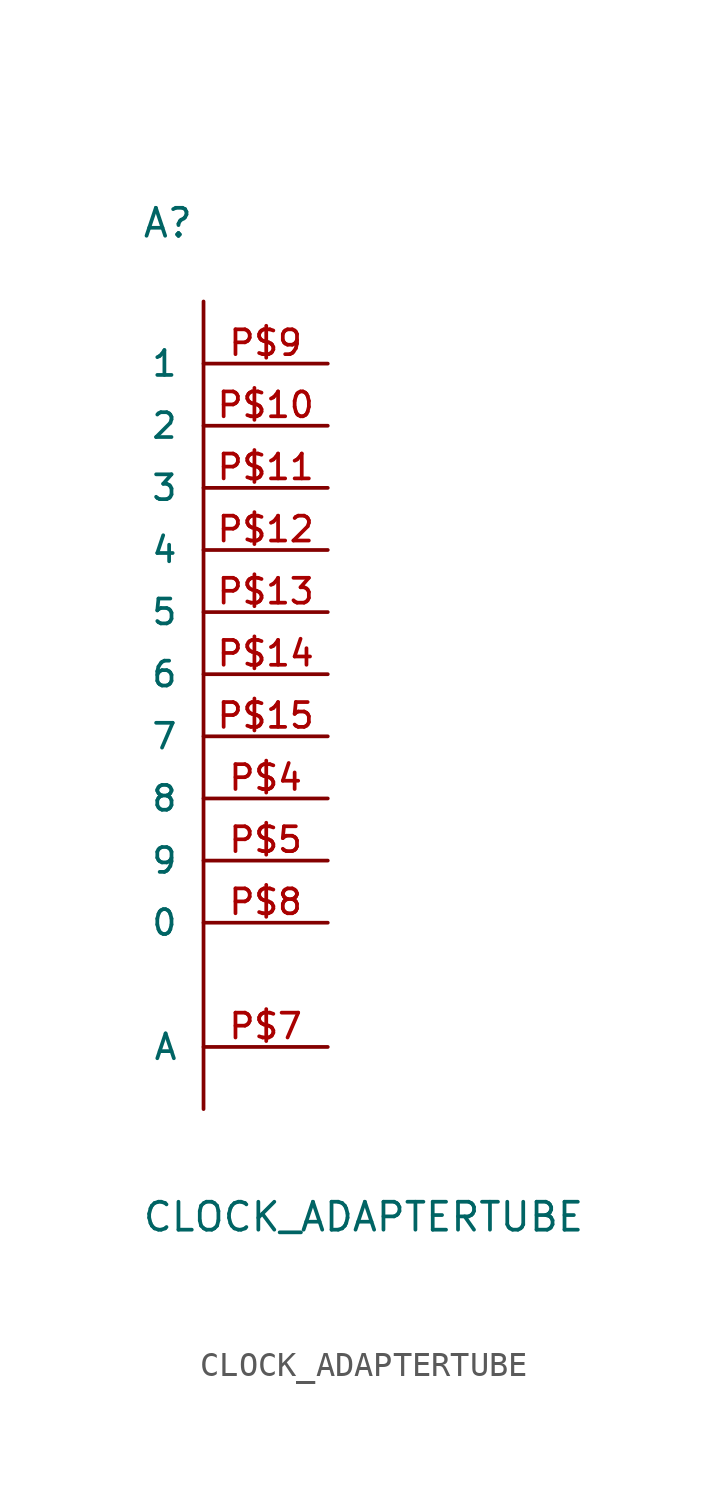
<source format=kicad_sym>
(kicad_symbol_lib
  (version 20220914)
  (generator kicad_symbol_editor)
  (symbol "CLOCK_ADAPTERTUBE"
    (pin_names
      (offset 1.016))
    (property "Reference" "A"
      (at -2.54 17.78 0)
      (effects (font (size 1.143 1.143)) (justify left bottom)))
    (property "Value" "CLOCK_ADAPTERTUBE"
      (at -2.54 -22.86 0)
      (effects (font (size 1.143 1.143)) (justify left bottom)))
    (property "ki_locked" ""
      (at 0 0 0)
      (effects (font (size 1.27 1.27))))
    (symbol "CLOCK_ADAPTERTUBE_1_0"
      (polyline (pts (xy 0 15.24) (xy 0 -17.78)) (stroke (width 0) (type solid)) (fill (type none))))
    (symbol "CLOCK_ADAPTERTUBE_1_1"
      (pin passive line (at 5.08 10.16 180) (length 5.08) (name "2" (effects (font (size 1.016 1.016)))) (number "P$10" (effects (font (size 1.016 1.016)))))
      (pin passive line (at 5.08 7.62 180) (length 5.08) (name "3" (effects (font (size 1.016 1.016)))) (number "P$11" (effects (font (size 1.016 1.016)))))
      (pin passive line (at 5.08 5.08 180) (length 5.08) (name "4" (effects (font (size 1.016 1.016)))) (number "P$12" (effects (font (size 1.016 1.016)))))
      (pin passive line (at 5.08 2.54 180) (length 5.08) (name "5" (effects (font (size 1.016 1.016)))) (number "P$13" (effects (font (size 1.016 1.016)))))
      (pin passive line (at 5.08 0 180) (length 5.08) (name "6" (effects (font (size 1.016 1.016)))) (number "P$14" (effects (font (size 1.016 1.016)))))
      (pin passive line (at 5.08 -2.54 180) (length 5.08) (name "7" (effects (font (size 1.016 1.016)))) (number "P$15" (effects (font (size 1.016 1.016)))))
      (pin passive line (at 5.08 -5.08 180) (length 5.08) (name "8" (effects (font (size 1.016 1.016)))) (number "P$4" (effects (font (size 1.016 1.016)))))
      (pin passive line (at 5.08 -7.62 180) (length 5.08) (name "9" (effects (font (size 1.016 1.016)))) (number "P$5" (effects (font (size 1.016 1.016)))))
      (pin passive line (at 5.08 -15.24 180) (length 5.08) (name "A" (effects (font (size 1.016 1.016)))) (number "P$7" (effects (font (size 1.016 1.016)))))
      (pin passive line (at 5.08 -10.16 180) (length 5.08) (name "0" (effects (font (size 1.016 1.016)))) (number "P$8" (effects (font (size 1.016 1.016)))))
      (pin passive line (at 5.08 12.7 180) (length 5.08) (name "1" (effects (font (size 1.016 1.016)))) (number "P$9" (effects (font (size 1.016 1.016))))))))
</source>
